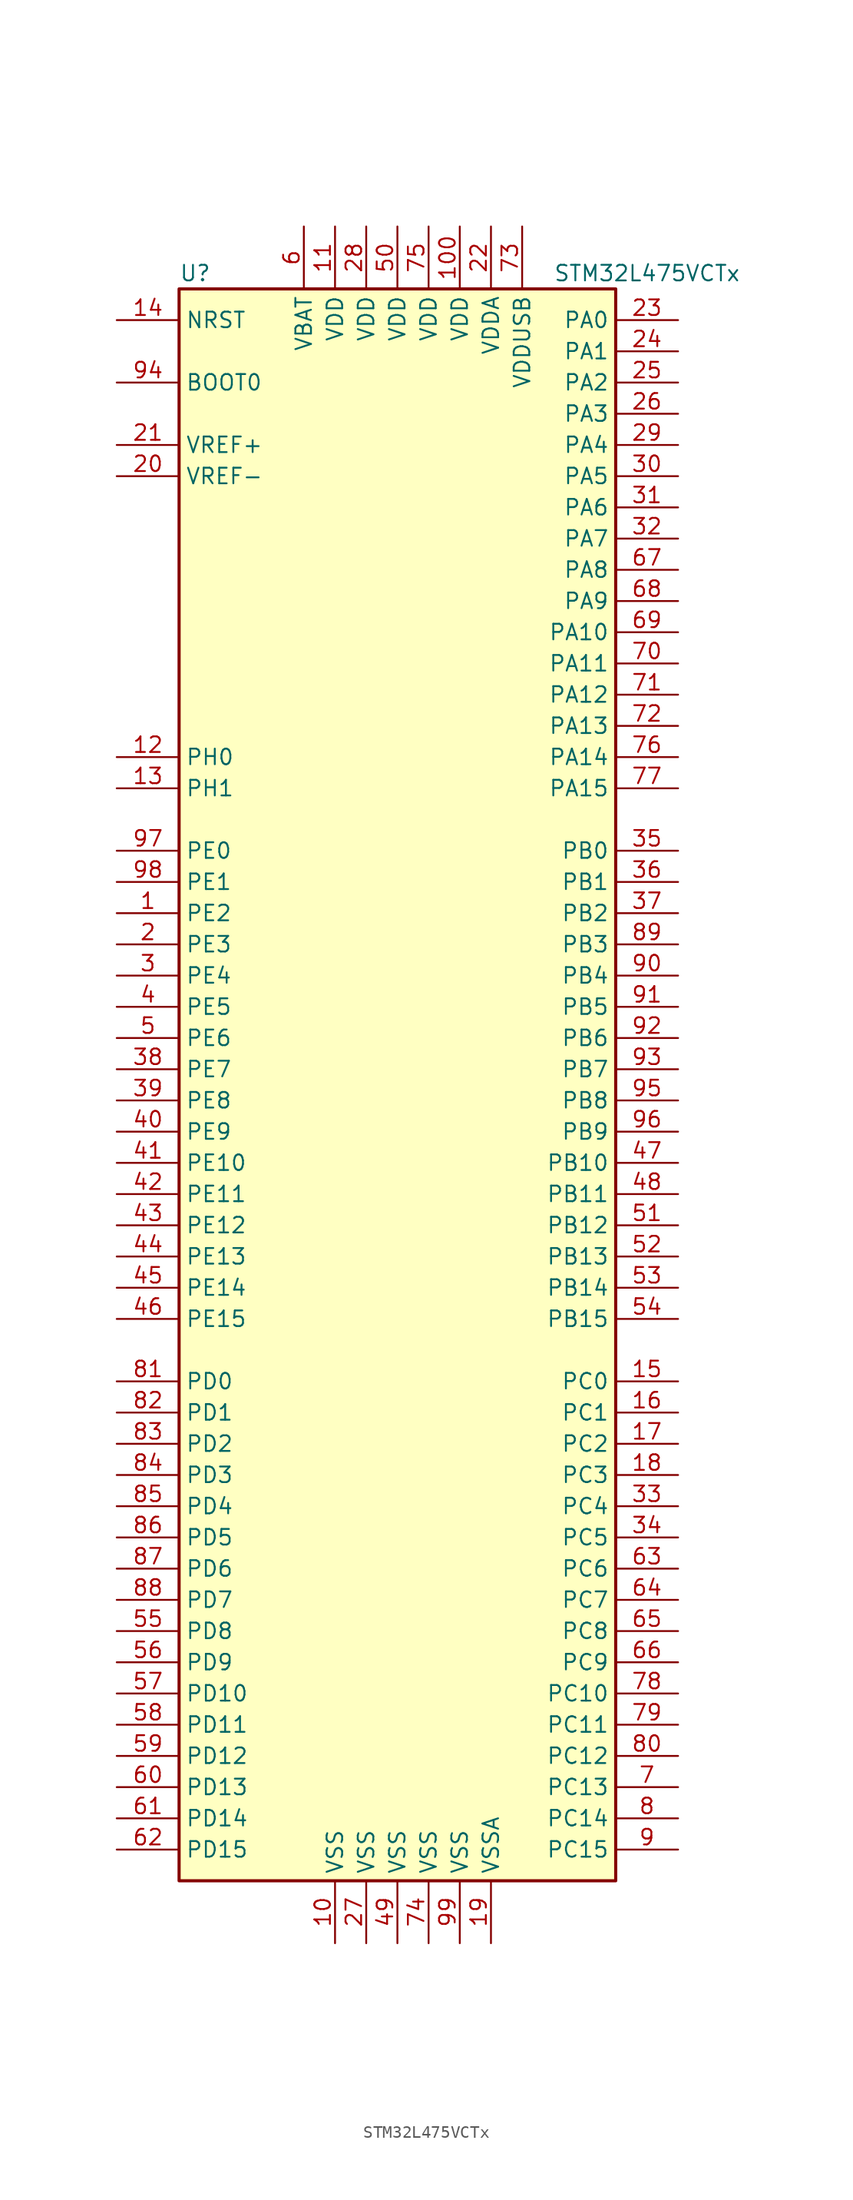
<source format=kicad_sym>
(kicad_symbol_lib
  (version 20201005)
  (generator kicad_symbol_editor)
  (symbol "MCU_ST_STM32L4:STM32L475VCTx"
    (property "Reference" "U"
      (at -17.78 64.77 0)
      (effects (font (size 1.27 1.27)) (justify left)))
    (property "Value" "STM32L475VCTx"
      (at 12.7 64.77 0)
      (effects (font (size 1.27 1.27)) (justify left)))
    (symbol "STM32L475VCTx_0_1"
      (rectangle (start -17.78 -66.04) (end 17.78 63.5) (stroke (width 0.254)) (fill (type background))))
    (symbol "STM32L475VCTx_1_1"
      (pin bidirectional line (at -22.86 12.7 0) (length 5.08) (name "PE2" (effects (font (size 1.27 1.27)))) (number "1" (effects (font (size 1.27 1.27)))))
      (pin power_in line (at -5.08 -71.12 90) (length 5.08) (name "VSS" (effects (font (size 1.27 1.27)))) (number "10" (effects (font (size 1.27 1.27)))))
      (pin power_in line (at 5.08 68.58 270) (length 5.08) (name "VDD" (effects (font (size 1.27 1.27)))) (number "100" (effects (font (size 1.27 1.27)))))
      (pin power_in line (at -5.08 68.58 270) (length 5.08) (name "VDD" (effects (font (size 1.27 1.27)))) (number "11" (effects (font (size 1.27 1.27)))))
      (pin input line (at -22.86 25.4 0) (length 5.08) (name "PH0" (effects (font (size 1.27 1.27)))) (number "12" (effects (font (size 1.27 1.27)))))
      (pin input line (at -22.86 22.86 0) (length 5.08) (name "PH1" (effects (font (size 1.27 1.27)))) (number "13" (effects (font (size 1.27 1.27)))))
      (pin input line (at -22.86 60.96 0) (length 5.08) (name "NRST" (effects (font (size 1.27 1.27)))) (number "14" (effects (font (size 1.27 1.27)))))
      (pin bidirectional line (at 22.86 -25.4 180) (length 5.08) (name "PC0" (effects (font (size 1.27 1.27)))) (number "15" (effects (font (size 1.27 1.27)))))
      (pin bidirectional line (at 22.86 -27.94 180) (length 5.08) (name "PC1" (effects (font (size 1.27 1.27)))) (number "16" (effects (font (size 1.27 1.27)))))
      (pin bidirectional line (at 22.86 -30.48 180) (length 5.08) (name "PC2" (effects (font (size 1.27 1.27)))) (number "17" (effects (font (size 1.27 1.27)))))
      (pin bidirectional line (at 22.86 -33.02 180) (length 5.08) (name "PC3" (effects (font (size 1.27 1.27)))) (number "18" (effects (font (size 1.27 1.27)))))
      (pin power_in line (at 7.62 -71.12 90) (length 5.08) (name "VSSA" (effects (font (size 1.27 1.27)))) (number "19" (effects (font (size 1.27 1.27)))))
      (pin bidirectional line (at -22.86 10.16 0) (length 5.08) (name "PE3" (effects (font (size 1.27 1.27)))) (number "2" (effects (font (size 1.27 1.27)))))
      (pin power_in line (at -22.86 48.26 0) (length 5.08) (name "VREF-" (effects (font (size 1.27 1.27)))) (number "20" (effects (font (size 1.27 1.27)))))
      (pin bidirectional line (at -22.86 50.8 0) (length 5.08) (name "VREF+" (effects (font (size 1.27 1.27)))) (number "21" (effects (font (size 1.27 1.27)))))
      (pin power_in line (at 7.62 68.58 270) (length 5.08) (name "VDDA" (effects (font (size 1.27 1.27)))) (number "22" (effects (font (size 1.27 1.27)))))
      (pin bidirectional line (at 22.86 60.96 180) (length 5.08) (name "PA0" (effects (font (size 1.27 1.27)))) (number "23" (effects (font (size 1.27 1.27)))))
      (pin bidirectional line (at 22.86 58.42 180) (length 5.08) (name "PA1" (effects (font (size 1.27 1.27)))) (number "24" (effects (font (size 1.27 1.27)))))
      (pin bidirectional line (at 22.86 55.88 180) (length 5.08) (name "PA2" (effects (font (size 1.27 1.27)))) (number "25" (effects (font (size 1.27 1.27)))))
      (pin bidirectional line (at 22.86 53.34 180) (length 5.08) (name "PA3" (effects (font (size 1.27 1.27)))) (number "26" (effects (font (size 1.27 1.27)))))
      (pin power_in line (at -2.54 -71.12 90) (length 5.08) (name "VSS" (effects (font (size 1.27 1.27)))) (number "27" (effects (font (size 1.27 1.27)))))
      (pin power_in line (at -2.54 68.58 270) (length 5.08) (name "VDD" (effects (font (size 1.27 1.27)))) (number "28" (effects (font (size 1.27 1.27)))))
      (pin bidirectional line (at 22.86 50.8 180) (length 5.08) (name "PA4" (effects (font (size 1.27 1.27)))) (number "29" (effects (font (size 1.27 1.27)))))
      (pin bidirectional line (at -22.86 7.62 0) (length 5.08) (name "PE4" (effects (font (size 1.27 1.27)))) (number "3" (effects (font (size 1.27 1.27)))))
      (pin bidirectional line (at 22.86 48.26 180) (length 5.08) (name "PA5" (effects (font (size 1.27 1.27)))) (number "30" (effects (font (size 1.27 1.27)))))
      (pin bidirectional line (at 22.86 45.72 180) (length 5.08) (name "PA6" (effects (font (size 1.27 1.27)))) (number "31" (effects (font (size 1.27 1.27)))))
      (pin bidirectional line (at 22.86 43.18 180) (length 5.08) (name "PA7" (effects (font (size 1.27 1.27)))) (number "32" (effects (font (size 1.27 1.27)))))
      (pin bidirectional line (at 22.86 -35.56 180) (length 5.08) (name "PC4" (effects (font (size 1.27 1.27)))) (number "33" (effects (font (size 1.27 1.27)))))
      (pin bidirectional line (at 22.86 -38.1 180) (length 5.08) (name "PC5" (effects (font (size 1.27 1.27)))) (number "34" (effects (font (size 1.27 1.27)))))
      (pin bidirectional line (at 22.86 17.78 180) (length 5.08) (name "PB0" (effects (font (size 1.27 1.27)))) (number "35" (effects (font (size 1.27 1.27)))))
      (pin bidirectional line (at 22.86 15.24 180) (length 5.08) (name "PB1" (effects (font (size 1.27 1.27)))) (number "36" (effects (font (size 1.27 1.27)))))
      (pin bidirectional line (at 22.86 12.7 180) (length 5.08) (name "PB2" (effects (font (size 1.27 1.27)))) (number "37" (effects (font (size 1.27 1.27)))))
      (pin bidirectional line (at -22.86 0 0) (length 5.08) (name "PE7" (effects (font (size 1.27 1.27)))) (number "38" (effects (font (size 1.27 1.27)))))
      (pin bidirectional line (at -22.86 -2.54 0) (length 5.08) (name "PE8" (effects (font (size 1.27 1.27)))) (number "39" (effects (font (size 1.27 1.27)))))
      (pin bidirectional line (at -22.86 5.08 0) (length 5.08) (name "PE5" (effects (font (size 1.27 1.27)))) (number "4" (effects (font (size 1.27 1.27)))))
      (pin bidirectional line (at -22.86 -5.08 0) (length 5.08) (name "PE9" (effects (font (size 1.27 1.27)))) (number "40" (effects (font (size 1.27 1.27)))))
      (pin bidirectional line (at -22.86 -7.62 0) (length 5.08) (name "PE10" (effects (font (size 1.27 1.27)))) (number "41" (effects (font (size 1.27 1.27)))))
      (pin bidirectional line (at -22.86 -10.16 0) (length 5.08) (name "PE11" (effects (font (size 1.27 1.27)))) (number "42" (effects (font (size 1.27 1.27)))))
      (pin bidirectional line (at -22.86 -12.7 0) (length 5.08) (name "PE12" (effects (font (size 1.27 1.27)))) (number "43" (effects (font (size 1.27 1.27)))))
      (pin bidirectional line (at -22.86 -15.24 0) (length 5.08) (name "PE13" (effects (font (size 1.27 1.27)))) (number "44" (effects (font (size 1.27 1.27)))))
      (pin bidirectional line (at -22.86 -17.78 0) (length 5.08) (name "PE14" (effects (font (size 1.27 1.27)))) (number "45" (effects (font (size 1.27 1.27)))))
      (pin bidirectional line (at -22.86 -20.32 0) (length 5.08) (name "PE15" (effects (font (size 1.27 1.27)))) (number "46" (effects (font (size 1.27 1.27)))))
      (pin bidirectional line (at 22.86 -7.62 180) (length 5.08) (name "PB10" (effects (font (size 1.27 1.27)))) (number "47" (effects (font (size 1.27 1.27)))))
      (pin bidirectional line (at 22.86 -10.16 180) (length 5.08) (name "PB11" (effects (font (size 1.27 1.27)))) (number "48" (effects (font (size 1.27 1.27)))))
      (pin power_in line (at 0 -71.12 90) (length 5.08) (name "VSS" (effects (font (size 1.27 1.27)))) (number "49" (effects (font (size 1.27 1.27)))))
      (pin bidirectional line (at -22.86 2.54 0) (length 5.08) (name "PE6" (effects (font (size 1.27 1.27)))) (number "5" (effects (font (size 1.27 1.27)))))
      (pin power_in line (at 0 68.58 270) (length 5.08) (name "VDD" (effects (font (size 1.27 1.27)))) (number "50" (effects (font (size 1.27 1.27)))))
      (pin bidirectional line (at 22.86 -12.7 180) (length 5.08) (name "PB12" (effects (font (size 1.27 1.27)))) (number "51" (effects (font (size 1.27 1.27)))))
      (pin bidirectional line (at 22.86 -15.24 180) (length 5.08) (name "PB13" (effects (font (size 1.27 1.27)))) (number "52" (effects (font (size 1.27 1.27)))))
      (pin bidirectional line (at 22.86 -17.78 180) (length 5.08) (name "PB14" (effects (font (size 1.27 1.27)))) (number "53" (effects (font (size 1.27 1.27)))))
      (pin bidirectional line (at 22.86 -20.32 180) (length 5.08) (name "PB15" (effects (font (size 1.27 1.27)))) (number "54" (effects (font (size 1.27 1.27)))))
      (pin bidirectional line (at -22.86 -45.72 0) (length 5.08) (name "PD8" (effects (font (size 1.27 1.27)))) (number "55" (effects (font (size 1.27 1.27)))))
      (pin bidirectional line (at -22.86 -48.26 0) (length 5.08) (name "PD9" (effects (font (size 1.27 1.27)))) (number "56" (effects (font (size 1.27 1.27)))))
      (pin bidirectional line (at -22.86 -50.8 0) (length 5.08) (name "PD10" (effects (font (size 1.27 1.27)))) (number "57" (effects (font (size 1.27 1.27)))))
      (pin bidirectional line (at -22.86 -53.34 0) (length 5.08) (name "PD11" (effects (font (size 1.27 1.27)))) (number "58" (effects (font (size 1.27 1.27)))))
      (pin bidirectional line (at -22.86 -55.88 0) (length 5.08) (name "PD12" (effects (font (size 1.27 1.27)))) (number "59" (effects (font (size 1.27 1.27)))))
      (pin power_in line (at -7.62 68.58 270) (length 5.08) (name "VBAT" (effects (font (size 1.27 1.27)))) (number "6" (effects (font (size 1.27 1.27)))))
      (pin bidirectional line (at -22.86 -58.42 0) (length 5.08) (name "PD13" (effects (font (size 1.27 1.27)))) (number "60" (effects (font (size 1.27 1.27)))))
      (pin bidirectional line (at -22.86 -60.96 0) (length 5.08) (name "PD14" (effects (font (size 1.27 1.27)))) (number "61" (effects (font (size 1.27 1.27)))))
      (pin bidirectional line (at -22.86 -63.5 0) (length 5.08) (name "PD15" (effects (font (size 1.27 1.27)))) (number "62" (effects (font (size 1.27 1.27)))))
      (pin bidirectional line (at 22.86 -40.64 180) (length 5.08) (name "PC6" (effects (font (size 1.27 1.27)))) (number "63" (effects (font (size 1.27 1.27)))))
      (pin bidirectional line (at 22.86 -43.18 180) (length 5.08) (name "PC7" (effects (font (size 1.27 1.27)))) (number "64" (effects (font (size 1.27 1.27)))))
      (pin bidirectional line (at 22.86 -45.72 180) (length 5.08) (name "PC8" (effects (font (size 1.27 1.27)))) (number "65" (effects (font (size 1.27 1.27)))))
      (pin bidirectional line (at 22.86 -48.26 180) (length 5.08) (name "PC9" (effects (font (size 1.27 1.27)))) (number "66" (effects (font (size 1.27 1.27)))))
      (pin bidirectional line (at 22.86 40.64 180) (length 5.08) (name "PA8" (effects (font (size 1.27 1.27)))) (number "67" (effects (font (size 1.27 1.27)))))
      (pin bidirectional line (at 22.86 38.1 180) (length 5.08) (name "PA9" (effects (font (size 1.27 1.27)))) (number "68" (effects (font (size 1.27 1.27)))))
      (pin bidirectional line (at 22.86 35.56 180) (length 5.08) (name "PA10" (effects (font (size 1.27 1.27)))) (number "69" (effects (font (size 1.27 1.27)))))
      (pin bidirectional line (at 22.86 -58.42 180) (length 5.08) (name "PC13" (effects (font (size 1.27 1.27)))) (number "7" (effects (font (size 1.27 1.27)))))
      (pin bidirectional line (at 22.86 33.02 180) (length 5.08) (name "PA11" (effects (font (size 1.27 1.27)))) (number "70" (effects (font (size 1.27 1.27)))))
      (pin bidirectional line (at 22.86 30.48 180) (length 5.08) (name "PA12" (effects (font (size 1.27 1.27)))) (number "71" (effects (font (size 1.27 1.27)))))
      (pin bidirectional line (at 22.86 27.94 180) (length 5.08) (name "PA13" (effects (font (size 1.27 1.27)))) (number "72" (effects (font (size 1.27 1.27)))))
      (pin power_in line (at 10.16 68.58 270) (length 5.08) (name "VDDUSB" (effects (font (size 1.27 1.27)))) (number "73" (effects (font (size 1.27 1.27)))))
      (pin power_in line (at 2.54 -71.12 90) (length 5.08) (name "VSS" (effects (font (size 1.27 1.27)))) (number "74" (effects (font (size 1.27 1.27)))))
      (pin power_in line (at 2.54 68.58 270) (length 5.08) (name "VDD" (effects (font (size 1.27 1.27)))) (number "75" (effects (font (size 1.27 1.27)))))
      (pin bidirectional line (at 22.86 25.4 180) (length 5.08) (name "PA14" (effects (font (size 1.27 1.27)))) (number "76" (effects (font (size 1.27 1.27)))))
      (pin bidirectional line (at 22.86 22.86 180) (length 5.08) (name "PA15" (effects (font (size 1.27 1.27)))) (number "77" (effects (font (size 1.27 1.27)))))
      (pin bidirectional line (at 22.86 -50.8 180) (length 5.08) (name "PC10" (effects (font (size 1.27 1.27)))) (number "78" (effects (font (size 1.27 1.27)))))
      (pin bidirectional line (at 22.86 -53.34 180) (length 5.08) (name "PC11" (effects (font (size 1.27 1.27)))) (number "79" (effects (font (size 1.27 1.27)))))
      (pin bidirectional line (at 22.86 -60.96 180) (length 5.08) (name "PC14" (effects (font (size 1.27 1.27)))) (number "8" (effects (font (size 1.27 1.27)))))
      (pin bidirectional line (at 22.86 -55.88 180) (length 5.08) (name "PC12" (effects (font (size 1.27 1.27)))) (number "80" (effects (font (size 1.27 1.27)))))
      (pin bidirectional line (at -22.86 -25.4 0) (length 5.08) (name "PD0" (effects (font (size 1.27 1.27)))) (number "81" (effects (font (size 1.27 1.27)))))
      (pin bidirectional line (at -22.86 -27.94 0) (length 5.08) (name "PD1" (effects (font (size 1.27 1.27)))) (number "82" (effects (font (size 1.27 1.27)))))
      (pin bidirectional line (at -22.86 -30.48 0) (length 5.08) (name "PD2" (effects (font (size 1.27 1.27)))) (number "83" (effects (font (size 1.27 1.27)))))
      (pin bidirectional line (at -22.86 -33.02 0) (length 5.08) (name "PD3" (effects (font (size 1.27 1.27)))) (number "84" (effects (font (size 1.27 1.27)))))
      (pin bidirectional line (at -22.86 -35.56 0) (length 5.08) (name "PD4" (effects (font (size 1.27 1.27)))) (number "85" (effects (font (size 1.27 1.27)))))
      (pin bidirectional line (at -22.86 -38.1 0) (length 5.08) (name "PD5" (effects (font (size 1.27 1.27)))) (number "86" (effects (font (size 1.27 1.27)))))
      (pin bidirectional line (at -22.86 -40.64 0) (length 5.08) (name "PD6" (effects (font (size 1.27 1.27)))) (number "87" (effects (font (size 1.27 1.27)))))
      (pin bidirectional line (at -22.86 -43.18 0) (length 5.08) (name "PD7" (effects (font (size 1.27 1.27)))) (number "88" (effects (font (size 1.27 1.27)))))
      (pin bidirectional line (at 22.86 10.16 180) (length 5.08) (name "PB3" (effects (font (size 1.27 1.27)))) (number "89" (effects (font (size 1.27 1.27)))))
      (pin bidirectional line (at 22.86 -63.5 180) (length 5.08) (name "PC15" (effects (font (size 1.27 1.27)))) (number "9" (effects (font (size 1.27 1.27)))))
      (pin bidirectional line (at 22.86 7.62 180) (length 5.08) (name "PB4" (effects (font (size 1.27 1.27)))) (number "90" (effects (font (size 1.27 1.27)))))
      (pin bidirectional line (at 22.86 5.08 180) (length 5.08) (name "PB5" (effects (font (size 1.27 1.27)))) (number "91" (effects (font (size 1.27 1.27)))))
      (pin bidirectional line (at 22.86 2.54 180) (length 5.08) (name "PB6" (effects (font (size 1.27 1.27)))) (number "92" (effects (font (size 1.27 1.27)))))
      (pin bidirectional line (at 22.86 0 180) (length 5.08) (name "PB7" (effects (font (size 1.27 1.27)))) (number "93" (effects (font (size 1.27 1.27)))))
      (pin input line (at -22.86 55.88 0) (length 5.08) (name "BOOT0" (effects (font (size 1.27 1.27)))) (number "94" (effects (font (size 1.27 1.27)))))
      (pin bidirectional line (at 22.86 -2.54 180) (length 5.08) (name "PB8" (effects (font (size 1.27 1.27)))) (number "95" (effects (font (size 1.27 1.27)))))
      (pin bidirectional line (at 22.86 -5.08 180) (length 5.08) (name "PB9" (effects (font (size 1.27 1.27)))) (number "96" (effects (font (size 1.27 1.27)))))
      (pin bidirectional line (at -22.86 17.78 0) (length 5.08) (name "PE0" (effects (font (size 1.27 1.27)))) (number "97" (effects (font (size 1.27 1.27)))))
      (pin bidirectional line (at -22.86 15.24 0) (length 5.08) (name "PE1" (effects (font (size 1.27 1.27)))) (number "98" (effects (font (size 1.27 1.27)))))
      (pin power_in line (at 5.08 -71.12 90) (length 5.08) (name "VSS" (effects (font (size 1.27 1.27)))) (number "99" (effects (font (size 1.27 1.27))))))))
</source>
